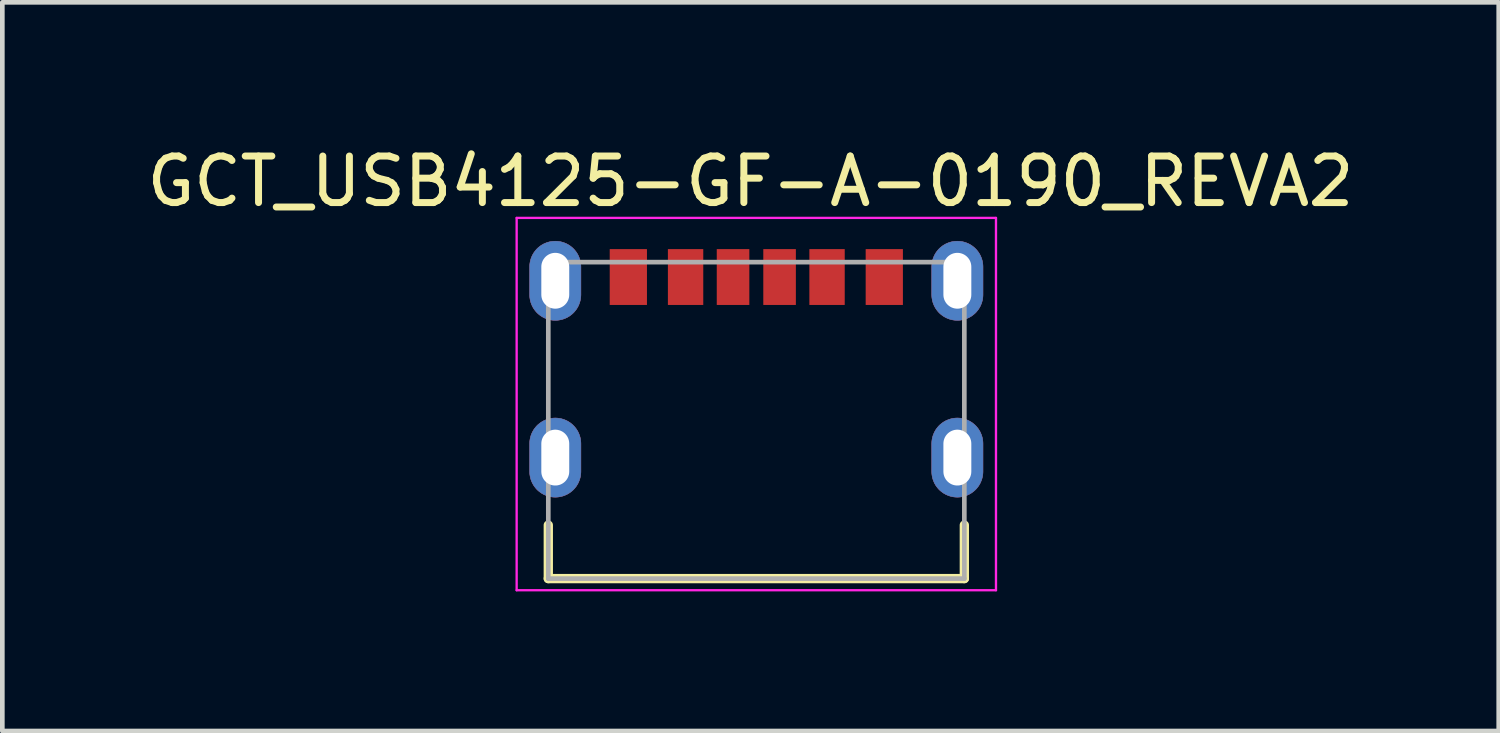
<source format=kicad_pcb>
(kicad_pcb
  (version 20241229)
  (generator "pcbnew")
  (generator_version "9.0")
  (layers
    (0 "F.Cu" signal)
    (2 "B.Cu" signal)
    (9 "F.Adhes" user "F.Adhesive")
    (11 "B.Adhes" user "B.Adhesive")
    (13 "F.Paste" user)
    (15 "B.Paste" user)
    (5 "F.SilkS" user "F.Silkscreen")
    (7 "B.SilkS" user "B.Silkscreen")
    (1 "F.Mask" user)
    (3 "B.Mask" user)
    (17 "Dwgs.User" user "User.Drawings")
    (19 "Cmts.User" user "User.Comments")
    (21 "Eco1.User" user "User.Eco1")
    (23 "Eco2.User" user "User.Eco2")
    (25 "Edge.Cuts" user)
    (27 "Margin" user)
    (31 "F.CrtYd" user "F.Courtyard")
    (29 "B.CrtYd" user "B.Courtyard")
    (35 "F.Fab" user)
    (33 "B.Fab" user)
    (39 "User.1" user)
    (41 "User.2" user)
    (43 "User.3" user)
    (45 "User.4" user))
  (footprint "GCT_USB4125-GF-A-0190_REVA2"
    (layer "F.Cu")
    (at 13.202 5.983)
    (property "Reference" "GCT_USB4125-GF-A-0190_REVA2" (at -0.125 -5.135 0) (layer "F.SilkS") (effects (font (size 1 1) (thickness 0.15))))
    (attr smd)
    (fp_poly (pts (xy -4.32 -3.85) (xy -4.349 -3.849) (xy -4.377 -3.847) (xy -4.406 -3.843) (xy -4.434 -3.838) (xy -4.462 -3.831) (xy -4.49 -3.823) (xy -4.517 -3.813) (xy -4.544 -3.802) (xy -4.57 -3.79) (xy -4.595 -3.776) (xy -4.62 -3.761) (xy -4.643 -3.745) (xy -4.666 -3.727) (xy -4.688 -3.709) (xy -4.709 -3.689) (xy -4.729 -3.668) (xy -4.747 -3.646) (xy -4.765 -3.623) (xy -4.781 -3.6) (xy -4.796 -3.575) (xy -4.81 -3.55) (xy -4.822 -3.524) (xy -4.833 -3.497) (xy -4.843 -3.47) (xy -4.851 -3.442) (xy -4.858 -3.414) (xy -4.863 -3.386) (xy -4.867 -3.357) (xy -4.869 -3.329) (xy -4.87 -3.3) (xy -4.87 -2.7) (xy -4.869 -2.671) (xy -4.867 -2.643) (xy -4.863 -2.614) (xy -4.858 -2.586) (xy -4.851 -2.558) (xy -4.843 -2.53) (xy -4.833 -2.503) (xy -4.822 -2.476) (xy -4.81 -2.45) (xy -4.796 -2.425) (xy -4.781 -2.4) (xy -4.765 -2.377) (xy -4.747 -2.354) (xy -4.729 -2.332) (xy -4.709 -2.311) (xy -4.688 -2.291) (xy -4.666 -2.273) (xy -4.643 -2.255) (xy -4.62 -2.239) (xy -4.595 -2.224) (xy -4.57 -2.21) (xy -4.544 -2.198) (xy -4.517 -2.187) (xy -4.49 -2.177) (xy -4.462 -2.169) (xy -4.434 -2.162) (xy -4.406 -2.157) (xy -4.377 -2.153) (xy -4.349 -2.151) (xy -4.32 -2.15) (xy -4.291 -2.151) (xy -4.263 -2.153) (xy -4.234 -2.157) (xy -4.206 -2.162) (xy -4.178 -2.169) (xy -4.15 -2.177) (xy -4.123 -2.187) (xy -4.096 -2.198) (xy -4.07 -2.21) (xy -4.045 -2.224) (xy -4.02 -2.239) (xy -3.997 -2.255) (xy -3.974 -2.273) (xy -3.952 -2.291) (xy -3.931 -2.311) (xy -3.911 -2.332) (xy -3.893 -2.354) (xy -3.875 -2.377) (xy -3.859 -2.4) (xy -3.844 -2.425) (xy -3.83 -2.45) (xy -3.818 -2.476) (xy -3.807 -2.503) (xy -3.797 -2.53) (xy -3.789 -2.558) (xy -3.782 -2.586) (xy -3.777 -2.614) (xy -3.773 -2.643) (xy -3.771 -2.671) (xy -3.77 -2.7) (xy -3.77 -3.3) (xy -3.771 -3.329) (xy -3.773 -3.357) (xy -3.777 -3.386) (xy -3.782 -3.414) (xy -3.789 -3.442) (xy -3.797 -3.47) (xy -3.807 -3.497) (xy -3.818 -3.524) (xy -3.83 -3.55) (xy -3.844 -3.575) (xy -3.859 -3.6) (xy -3.875 -3.623) (xy -3.893 -3.646) (xy -3.911 -3.668) (xy -3.931 -3.689) (xy -3.952 -3.709) (xy -3.974 -3.727) (xy -3.997 -3.745) (xy -4.02 -3.761) (xy -4.045 -3.776) (xy -4.07 -3.79) (xy -4.096 -3.802) (xy -4.123 -3.813) (xy -4.15 -3.823) (xy -4.178 -3.831) (xy -4.206 -3.838) (xy -4.234 -3.843) (xy -4.263 -3.847) (xy -4.291 -3.849) (xy -4.32 -3.85)) (stroke (width 0.01) (type solid)) (fill yes) (layer "F.Cu"))
    (fp_poly (pts (xy -4.32 -0.05) (xy -4.349 -0.049) (xy -4.377 -0.047) (xy -4.406 -0.043) (xy -4.434 -0.038) (xy -4.462 -0.031) (xy -4.49 -0.023) (xy -4.517 -0.013) (xy -4.544 -0.002) (xy -4.57 0.01) (xy -4.595 0.024) (xy -4.62 0.039) (xy -4.643 0.055) (xy -4.666 0.073) (xy -4.688 0.091) (xy -4.709 0.111) (xy -4.729 0.132) (xy -4.747 0.154) (xy -4.765 0.177) (xy -4.781 0.2) (xy -4.796 0.225) (xy -4.81 0.25) (xy -4.822 0.276) (xy -4.833 0.303) (xy -4.843 0.33) (xy -4.851 0.358) (xy -4.858 0.386) (xy -4.863 0.414) (xy -4.867 0.443) (xy -4.869 0.471) (xy -4.87 0.5) (xy -4.87 1.1) (xy -4.869 1.129) (xy -4.867 1.157) (xy -4.863 1.186) (xy -4.858 1.214) (xy -4.851 1.242) (xy -4.843 1.27) (xy -4.833 1.297) (xy -4.822 1.324) (xy -4.81 1.35) (xy -4.796 1.375) (xy -4.781 1.4) (xy -4.765 1.423) (xy -4.747 1.446) (xy -4.729 1.468) (xy -4.709 1.489) (xy -4.688 1.509) (xy -4.666 1.527) (xy -4.643 1.545) (xy -4.62 1.561) (xy -4.595 1.576) (xy -4.57 1.59) (xy -4.544 1.602) (xy -4.517 1.613) (xy -4.49 1.623) (xy -4.462 1.631) (xy -4.434 1.638) (xy -4.406 1.643) (xy -4.377 1.647) (xy -4.349 1.649) (xy -4.32 1.65) (xy -4.291 1.649) (xy -4.263 1.647) (xy -4.234 1.643) (xy -4.206 1.638) (xy -4.178 1.631) (xy -4.15 1.623) (xy -4.123 1.613) (xy -4.096 1.602) (xy -4.07 1.59) (xy -4.045 1.576) (xy -4.02 1.561) (xy -3.997 1.545) (xy -3.974 1.527) (xy -3.952 1.509) (xy -3.931 1.489) (xy -3.911 1.468) (xy -3.893 1.446) (xy -3.875 1.423) (xy -3.859 1.4) (xy -3.844 1.375) (xy -3.83 1.35) (xy -3.818 1.324) (xy -3.807 1.297) (xy -3.797 1.27) (xy -3.789 1.242) (xy -3.782 1.214) (xy -3.777 1.186) (xy -3.773 1.157) (xy -3.771 1.129) (xy -3.77 1.1) (xy -3.77 0.5) (xy -3.771 0.471) (xy -3.773 0.443) (xy -3.777 0.414) (xy -3.782 0.386) (xy -3.789 0.358) (xy -3.797 0.33) (xy -3.807 0.303) (xy -3.818 0.276) (xy -3.83 0.25) (xy -3.844 0.225) (xy -3.859 0.2) (xy -3.875 0.177) (xy -3.893 0.154) (xy -3.911 0.132) (xy -3.931 0.111) (xy -3.952 0.091) (xy -3.974 0.073) (xy -3.997 0.055) (xy -4.02 0.039) (xy -4.045 0.024) (xy -4.07 0.01) (xy -4.096 -0.002) (xy -4.123 -0.013) (xy -4.15 -0.023) (xy -4.178 -0.031) (xy -4.206 -0.038) (xy -4.234 -0.043) (xy -4.263 -0.047) (xy -4.291 -0.049) (xy -4.32 -0.05)) (stroke (width 0.01) (type solid)) (fill yes) (layer "F.Cu"))
    (fp_poly (pts (xy 4.32 -3.85) (xy 4.291 -3.849) (xy 4.263 -3.847) (xy 4.234 -3.843) (xy 4.206 -3.838) (xy 4.178 -3.831) (xy 4.15 -3.823) (xy 4.123 -3.813) (xy 4.096 -3.802) (xy 4.07 -3.79) (xy 4.045 -3.776) (xy 4.02 -3.761) (xy 3.997 -3.745) (xy 3.974 -3.727) (xy 3.952 -3.709) (xy 3.931 -3.689) (xy 3.911 -3.668) (xy 3.893 -3.646) (xy 3.875 -3.623) (xy 3.859 -3.6) (xy 3.844 -3.575) (xy 3.83 -3.55) (xy 3.818 -3.524) (xy 3.807 -3.497) (xy 3.797 -3.47) (xy 3.789 -3.442) (xy 3.782 -3.414) (xy 3.777 -3.386) (xy 3.773 -3.357) (xy 3.771 -3.329) (xy 3.77 -3.3) (xy 3.77 -2.7) (xy 3.771 -2.671) (xy 3.773 -2.643) (xy 3.777 -2.614) (xy 3.782 -2.586) (xy 3.789 -2.558) (xy 3.797 -2.53) (xy 3.807 -2.503) (xy 3.818 -2.476) (xy 3.83 -2.45) (xy 3.844 -2.425) (xy 3.859 -2.4) (xy 3.875 -2.377) (xy 3.893 -2.354) (xy 3.911 -2.332) (xy 3.931 -2.311) (xy 3.952 -2.291) (xy 3.974 -2.273) (xy 3.997 -2.255) (xy 4.02 -2.239) (xy 4.045 -2.224) (xy 4.07 -2.21) (xy 4.096 -2.198) (xy 4.123 -2.187) (xy 4.15 -2.177) (xy 4.178 -2.169) (xy 4.206 -2.162) (xy 4.234 -2.157) (xy 4.263 -2.153) (xy 4.291 -2.151) (xy 4.32 -2.15) (xy 4.349 -2.151) (xy 4.377 -2.153) (xy 4.406 -2.157) (xy 4.434 -2.162) (xy 4.462 -2.169) (xy 4.49 -2.177) (xy 4.517 -2.187) (xy 4.544 -2.198) (xy 4.57 -2.21) (xy 4.595 -2.224) (xy 4.62 -2.239) (xy 4.643 -2.255) (xy 4.666 -2.273) (xy 4.688 -2.291) (xy 4.709 -2.311) (xy 4.729 -2.332) (xy 4.747 -2.354) (xy 4.765 -2.377) (xy 4.781 -2.4) (xy 4.796 -2.425) (xy 4.81 -2.45) (xy 4.822 -2.476) (xy 4.833 -2.503) (xy 4.843 -2.53) (xy 4.851 -2.558) (xy 4.858 -2.586) (xy 4.863 -2.614) (xy 4.867 -2.643) (xy 4.869 -2.671) (xy 4.87 -2.7) (xy 4.87 -3.3) (xy 4.869 -3.329) (xy 4.867 -3.357) (xy 4.863 -3.386) (xy 4.858 -3.414) (xy 4.851 -3.442) (xy 4.843 -3.47) (xy 4.833 -3.497) (xy 4.822 -3.524) (xy 4.81 -3.55) (xy 4.796 -3.575) (xy 4.781 -3.6) (xy 4.765 -3.623) (xy 4.747 -3.646) (xy 4.729 -3.668) (xy 4.709 -3.689) (xy 4.688 -3.709) (xy 4.666 -3.727) (xy 4.643 -3.745) (xy 4.62 -3.761) (xy 4.595 -3.776) (xy 4.57 -3.79) (xy 4.544 -3.802) (xy 4.517 -3.813) (xy 4.49 -3.823) (xy 4.462 -3.831) (xy 4.434 -3.838) (xy 4.406 -3.843) (xy 4.377 -3.847) (xy 4.349 -3.849) (xy 4.32 -3.85)) (stroke (width 0.01) (type solid)) (fill yes) (layer "F.Cu"))
    (fp_poly (pts (xy 4.32 -0.05) (xy 4.291 -0.049) (xy 4.263 -0.047) (xy 4.234 -0.043) (xy 4.206 -0.038) (xy 4.178 -0.031) (xy 4.15 -0.023) (xy 4.123 -0.013) (xy 4.096 -0.002) (xy 4.07 0.01) (xy 4.045 0.024) (xy 4.02 0.039) (xy 3.997 0.055) (xy 3.974 0.073) (xy 3.952 0.091) (xy 3.931 0.111) (xy 3.911 0.132) (xy 3.893 0.154) (xy 3.875 0.177) (xy 3.859 0.2) (xy 3.844 0.225) (xy 3.83 0.25) (xy 3.818 0.276) (xy 3.807 0.303) (xy 3.797 0.33) (xy 3.789 0.358) (xy 3.782 0.386) (xy 3.777 0.414) (xy 3.773 0.443) (xy 3.771 0.471) (xy 3.77 0.5) (xy 3.77 1.1) (xy 3.771 1.129) (xy 3.773 1.157) (xy 3.777 1.186) (xy 3.782 1.214) (xy 3.789 1.242) (xy 3.797 1.27) (xy 3.807 1.297) (xy 3.818 1.324) (xy 3.83 1.35) (xy 3.844 1.375) (xy 3.859 1.4) (xy 3.875 1.423) (xy 3.893 1.446) (xy 3.911 1.468) (xy 3.931 1.489) (xy 3.952 1.509) (xy 3.974 1.527) (xy 3.997 1.545) (xy 4.02 1.561) (xy 4.045 1.576) (xy 4.07 1.59) (xy 4.096 1.602) (xy 4.123 1.613) (xy 4.15 1.623) (xy 4.178 1.631) (xy 4.206 1.638) (xy 4.234 1.643) (xy 4.263 1.647) (xy 4.291 1.649) (xy 4.32 1.65) (xy 4.349 1.649) (xy 4.377 1.647) (xy 4.406 1.643) (xy 4.434 1.638) (xy 4.462 1.631) (xy 4.49 1.623) (xy 4.517 1.613) (xy 4.544 1.602) (xy 4.57 1.59) (xy 4.595 1.576) (xy 4.62 1.561) (xy 4.643 1.545) (xy 4.666 1.527) (xy 4.688 1.509) (xy 4.709 1.489) (xy 4.729 1.468) (xy 4.747 1.446) (xy 4.765 1.423) (xy 4.781 1.4) (xy 4.796 1.375) (xy 4.81 1.35) (xy 4.822 1.324) (xy 4.833 1.297) (xy 4.843 1.27) (xy 4.851 1.242) (xy 4.858 1.214) (xy 4.863 1.186) (xy 4.867 1.157) (xy 4.869 1.129) (xy 4.87 1.1) (xy 4.87 0.5) (xy 4.869 0.471) (xy 4.867 0.443) (xy 4.863 0.414) (xy 4.858 0.386) (xy 4.851 0.358) (xy 4.843 0.33) (xy 4.833 0.303) (xy 4.822 0.276) (xy 4.81 0.25) (xy 4.796 0.225) (xy 4.781 0.2) (xy 4.765 0.177) (xy 4.747 0.154) (xy 4.729 0.132) (xy 4.709 0.111) (xy 4.688 0.091) (xy 4.666 0.073) (xy 4.643 0.055) (xy 4.62 0.039) (xy 4.595 0.024) (xy 4.57 0.01) (xy 4.544 -0.002) (xy 4.517 -0.013) (xy 4.49 -0.023) (xy 4.462 -0.031) (xy 4.434 -0.038) (xy 4.406 -0.043) (xy 4.377 -0.047) (xy 4.349 -0.049) (xy 4.32 -0.05)) (stroke (width 0.01) (type solid)) (fill yes) (layer "F.Cu"))
    (fp_poly (pts (xy -4.32 -3.95) (xy -4.354 -3.949) (xy -4.388 -3.946) (xy -4.422 -3.942) (xy -4.455 -3.936) (xy -4.488 -3.928) (xy -4.521 -3.918) (xy -4.553 -3.907) (xy -4.584 -3.894) (xy -4.615 -3.879) (xy -4.645 -3.863) (xy -4.674 -3.845) (xy -4.702 -3.826) (xy -4.729 -3.805) (xy -4.755 -3.783) (xy -4.78 -3.76) (xy -4.803 -3.735) (xy -4.825 -3.709) (xy -4.846 -3.682) (xy -4.865 -3.654) (xy -4.883 -3.625) (xy -4.899 -3.595) (xy -4.914 -3.564) (xy -4.927 -3.533) (xy -4.938 -3.501) (xy -4.948 -3.468) (xy -4.956 -3.435) (xy -4.962 -3.402) (xy -4.966 -3.368) (xy -4.969 -3.334) (xy -4.97 -3.3) (xy -4.97 -2.7) (xy -4.969 -2.666) (xy -4.966 -2.632) (xy -4.962 -2.598) (xy -4.956 -2.565) (xy -4.948 -2.532) (xy -4.938 -2.499) (xy -4.927 -2.467) (xy -4.914 -2.436) (xy -4.899 -2.405) (xy -4.883 -2.375) (xy -4.865 -2.346) (xy -4.846 -2.318) (xy -4.825 -2.291) (xy -4.803 -2.265) (xy -4.78 -2.24) (xy -4.755 -2.217) (xy -4.729 -2.195) (xy -4.702 -2.174) (xy -4.674 -2.155) (xy -4.645 -2.137) (xy -4.615 -2.121) (xy -4.584 -2.106) (xy -4.553 -2.093) (xy -4.521 -2.082) (xy -4.488 -2.072) (xy -4.455 -2.064) (xy -4.422 -2.058) (xy -4.388 -2.054) (xy -4.354 -2.051) (xy -4.32 -2.05) (xy -4.286 -2.051) (xy -4.252 -2.054) (xy -4.218 -2.058) (xy -4.185 -2.064) (xy -4.152 -2.072) (xy -4.119 -2.082) (xy -4.087 -2.093) (xy -4.056 -2.106) (xy -4.025 -2.121) (xy -3.995 -2.137) (xy -3.966 -2.155) (xy -3.938 -2.174) (xy -3.911 -2.195) (xy -3.885 -2.217) (xy -3.86 -2.24) (xy -3.837 -2.265) (xy -3.815 -2.291) (xy -3.794 -2.318) (xy -3.775 -2.346) (xy -3.757 -2.375) (xy -3.741 -2.405) (xy -3.726 -2.436) (xy -3.713 -2.467) (xy -3.702 -2.499) (xy -3.692 -2.532) (xy -3.684 -2.565) (xy -3.678 -2.598) (xy -3.674 -2.632) (xy -3.671 -2.666) (xy -3.67 -2.7) (xy -3.67 -3.3) (xy -3.671 -3.334) (xy -3.674 -3.368) (xy -3.678 -3.402) (xy -3.684 -3.435) (xy -3.692 -3.468) (xy -3.702 -3.501) (xy -3.713 -3.533) (xy -3.726 -3.564) (xy -3.741 -3.595) (xy -3.757 -3.625) (xy -3.775 -3.654) (xy -3.794 -3.682) (xy -3.815 -3.709) (xy -3.837 -3.735) (xy -3.86 -3.76) (xy -3.885 -3.783) (xy -3.911 -3.805) (xy -3.938 -3.826) (xy -3.966 -3.845) (xy -3.995 -3.863) (xy -4.025 -3.879) (xy -4.056 -3.894) (xy -4.087 -3.907) (xy -4.119 -3.918) (xy -4.152 -3.928) (xy -4.185 -3.936) (xy -4.218 -3.942) (xy -4.252 -3.946) (xy -4.286 -3.949) (xy -4.32 -3.95)) (stroke (width 0.01) (type solid)) (fill yes) (layer "F.Mask"))
    (fp_poly (pts (xy -4.32 -0.15) (xy -4.354 -0.149) (xy -4.388 -0.146) (xy -4.422 -0.142) (xy -4.455 -0.136) (xy -4.488 -0.128) (xy -4.521 -0.118) (xy -4.553 -0.107) (xy -4.584 -0.094) (xy -4.615 -0.079) (xy -4.645 -0.063) (xy -4.674 -0.045) (xy -4.702 -0.026) (xy -4.729 -0.005) (xy -4.755 0.017) (xy -4.78 0.04) (xy -4.803 0.065) (xy -4.825 0.091) (xy -4.846 0.118) (xy -4.865 0.146) (xy -4.883 0.175) (xy -4.899 0.205) (xy -4.914 0.236) (xy -4.927 0.267) (xy -4.938 0.299) (xy -4.948 0.332) (xy -4.956 0.365) (xy -4.962 0.398) (xy -4.966 0.432) (xy -4.969 0.466) (xy -4.97 0.5) (xy -4.97 1.1) (xy -4.969 1.134) (xy -4.966 1.168) (xy -4.962 1.202) (xy -4.956 1.235) (xy -4.948 1.268) (xy -4.938 1.301) (xy -4.927 1.333) (xy -4.914 1.364) (xy -4.899 1.395) (xy -4.883 1.425) (xy -4.865 1.454) (xy -4.846 1.482) (xy -4.825 1.509) (xy -4.803 1.535) (xy -4.78 1.56) (xy -4.755 1.583) (xy -4.729 1.605) (xy -4.702 1.626) (xy -4.674 1.645) (xy -4.645 1.663) (xy -4.615 1.679) (xy -4.584 1.694) (xy -4.553 1.707) (xy -4.521 1.718) (xy -4.488 1.728) (xy -4.455 1.736) (xy -4.422 1.742) (xy -4.388 1.746) (xy -4.354 1.749) (xy -4.32 1.75) (xy -4.286 1.749) (xy -4.252 1.746) (xy -4.218 1.742) (xy -4.185 1.736) (xy -4.152 1.728) (xy -4.119 1.718) (xy -4.087 1.707) (xy -4.056 1.694) (xy -4.025 1.679) (xy -3.995 1.663) (xy -3.966 1.645) (xy -3.938 1.626) (xy -3.911 1.605) (xy -3.885 1.583) (xy -3.86 1.56) (xy -3.837 1.535) (xy -3.815 1.509) (xy -3.794 1.482) (xy -3.775 1.454) (xy -3.757 1.425) (xy -3.741 1.395) (xy -3.726 1.364) (xy -3.713 1.333) (xy -3.702 1.301) (xy -3.692 1.268) (xy -3.684 1.235) (xy -3.678 1.202) (xy -3.674 1.168) (xy -3.671 1.134) (xy -3.67 1.1) (xy -3.67 0.5) (xy -3.671 0.466) (xy -3.674 0.432) (xy -3.678 0.398) (xy -3.684 0.365) (xy -3.692 0.332) (xy -3.702 0.299) (xy -3.713 0.267) (xy -3.726 0.236) (xy -3.741 0.205) (xy -3.757 0.175) (xy -3.775 0.146) (xy -3.794 0.118) (xy -3.815 0.091) (xy -3.837 0.065) (xy -3.86 0.04) (xy -3.885 0.017) (xy -3.911 -0.005) (xy -3.938 -0.026) (xy -3.966 -0.045) (xy -3.995 -0.063) (xy -4.025 -0.079) (xy -4.056 -0.094) (xy -4.087 -0.107) (xy -4.119 -0.118) (xy -4.152 -0.128) (xy -4.185 -0.136) (xy -4.218 -0.142) (xy -4.252 -0.146) (xy -4.286 -0.149) (xy -4.32 -0.15)) (stroke (width 0.01) (type solid)) (fill yes) (layer "F.Mask"))
    (fp_poly (pts (xy 4.32 -3.95) (xy 4.286 -3.949) (xy 4.252 -3.946) (xy 4.218 -3.942) (xy 4.185 -3.936) (xy 4.152 -3.928) (xy 4.119 -3.918) (xy 4.087 -3.907) (xy 4.056 -3.894) (xy 4.025 -3.879) (xy 3.995 -3.863) (xy 3.966 -3.845) (xy 3.938 -3.826) (xy 3.911 -3.805) (xy 3.885 -3.783) (xy 3.86 -3.76) (xy 3.837 -3.735) (xy 3.815 -3.709) (xy 3.794 -3.682) (xy 3.775 -3.654) (xy 3.757 -3.625) (xy 3.741 -3.595) (xy 3.726 -3.564) (xy 3.713 -3.533) (xy 3.702 -3.501) (xy 3.692 -3.468) (xy 3.684 -3.435) (xy 3.678 -3.402) (xy 3.674 -3.368) (xy 3.671 -3.334) (xy 3.67 -3.3) (xy 3.67 -2.7) (xy 3.671 -2.666) (xy 3.674 -2.632) (xy 3.678 -2.598) (xy 3.684 -2.565) (xy 3.692 -2.532) (xy 3.702 -2.499) (xy 3.713 -2.467) (xy 3.726 -2.436) (xy 3.741 -2.405) (xy 3.757 -2.375) (xy 3.775 -2.346) (xy 3.794 -2.318) (xy 3.815 -2.291) (xy 3.837 -2.265) (xy 3.86 -2.24) (xy 3.885 -2.217) (xy 3.911 -2.195) (xy 3.938 -2.174) (xy 3.966 -2.155) (xy 3.995 -2.137) (xy 4.025 -2.121) (xy 4.056 -2.106) (xy 4.087 -2.093) (xy 4.119 -2.082) (xy 4.152 -2.072) (xy 4.185 -2.064) (xy 4.218 -2.058) (xy 4.252 -2.054) (xy 4.286 -2.051) (xy 4.32 -2.05) (xy 4.354 -2.051) (xy 4.388 -2.054) (xy 4.422 -2.058) (xy 4.455 -2.064) (xy 4.488 -2.072) (xy 4.521 -2.082) (xy 4.553 -2.093) (xy 4.584 -2.106) (xy 4.615 -2.121) (xy 4.645 -2.137) (xy 4.674 -2.155) (xy 4.702 -2.174) (xy 4.729 -2.195) (xy 4.755 -2.217) (xy 4.78 -2.24) (xy 4.803 -2.265) (xy 4.825 -2.291) (xy 4.846 -2.318) (xy 4.865 -2.346) (xy 4.883 -2.375) (xy 4.899 -2.405) (xy 4.914 -2.436) (xy 4.927 -2.467) (xy 4.938 -2.499) (xy 4.948 -2.532) (xy 4.956 -2.565) (xy 4.962 -2.598) (xy 4.966 -2.632) (xy 4.969 -2.666) (xy 4.97 -2.7) (xy 4.97 -3.3) (xy 4.969 -3.334) (xy 4.966 -3.368) (xy 4.962 -3.402) (xy 4.956 -3.435) (xy 4.948 -3.468) (xy 4.938 -3.501) (xy 4.927 -3.533) (xy 4.914 -3.564) (xy 4.899 -3.595) (xy 4.883 -3.625) (xy 4.865 -3.654) (xy 4.846 -3.682) (xy 4.825 -3.709) (xy 4.803 -3.735) (xy 4.78 -3.76) (xy 4.755 -3.783) (xy 4.729 -3.805) (xy 4.702 -3.826) (xy 4.674 -3.845) (xy 4.645 -3.863) (xy 4.615 -3.879) (xy 4.584 -3.894) (xy 4.553 -3.907) (xy 4.521 -3.918) (xy 4.488 -3.928) (xy 4.455 -3.936) (xy 4.422 -3.942) (xy 4.388 -3.946) (xy 4.354 -3.949) (xy 4.32 -3.95)) (stroke (width 0.01) (type solid)) (fill yes) (layer "F.Mask"))
    (fp_poly (pts (xy 4.32 -0.15) (xy 4.286 -0.149) (xy 4.252 -0.146) (xy 4.218 -0.142) (xy 4.185 -0.136) (xy 4.152 -0.128) (xy 4.119 -0.118) (xy 4.087 -0.107) (xy 4.056 -0.094) (xy 4.025 -0.079) (xy 3.995 -0.063) (xy 3.966 -0.045) (xy 3.938 -0.026) (xy 3.911 -0.005) (xy 3.885 0.017) (xy 3.86 0.04) (xy 3.837 0.065) (xy 3.815 0.091) (xy 3.794 0.118) (xy 3.775 0.146) (xy 3.757 0.175) (xy 3.741 0.205) (xy 3.726 0.236) (xy 3.713 0.267) (xy 3.702 0.299) (xy 3.692 0.332) (xy 3.684 0.365) (xy 3.678 0.398) (xy 3.674 0.432) (xy 3.671 0.466) (xy 3.67 0.5) (xy 3.67 1.1) (xy 3.671 1.134) (xy 3.674 1.168) (xy 3.678 1.202) (xy 3.684 1.235) (xy 3.692 1.268) (xy 3.702 1.301) (xy 3.713 1.333) (xy 3.726 1.364) (xy 3.741 1.395) (xy 3.757 1.425) (xy 3.775 1.454) (xy 3.794 1.482) (xy 3.815 1.509) (xy 3.837 1.535) (xy 3.86 1.56) (xy 3.885 1.583) (xy 3.911 1.605) (xy 3.938 1.626) (xy 3.966 1.645) (xy 3.995 1.663) (xy 4.025 1.679) (xy 4.056 1.694) (xy 4.087 1.707) (xy 4.119 1.718) (xy 4.152 1.728) (xy 4.185 1.736) (xy 4.218 1.742) (xy 4.252 1.746) (xy 4.286 1.749) (xy 4.32 1.75) (xy 4.354 1.749) (xy 4.388 1.746) (xy 4.422 1.742) (xy 4.455 1.736) (xy 4.488 1.728) (xy 4.521 1.718) (xy 4.553 1.707) (xy 4.584 1.694) (xy 4.615 1.679) (xy 4.645 1.663) (xy 4.674 1.645) (xy 4.702 1.626) (xy 4.729 1.605) (xy 4.755 1.583) (xy 4.78 1.56) (xy 4.803 1.535) (xy 4.825 1.509) (xy 4.846 1.482) (xy 4.865 1.454) (xy 4.883 1.425) (xy 4.899 1.395) (xy 4.914 1.364) (xy 4.927 1.333) (xy 4.938 1.301) (xy 4.948 1.268) (xy 4.956 1.235) (xy 4.962 1.202) (xy 4.966 1.168) (xy 4.969 1.134) (xy 4.97 1.1) (xy 4.97 0.5) (xy 4.969 0.466) (xy 4.966 0.432) (xy 4.962 0.398) (xy 4.956 0.365) (xy 4.948 0.332) (xy 4.938 0.299) (xy 4.927 0.267) (xy 4.914 0.236) (xy 4.899 0.205) (xy 4.883 0.175) (xy 4.865 0.146) (xy 4.846 0.118) (xy 4.825 0.091) (xy 4.803 0.065) (xy 4.78 0.04) (xy 4.755 0.017) (xy 4.729 -0.005) (xy 4.702 -0.026) (xy 4.674 -0.045) (xy 4.645 -0.063) (xy 4.615 -0.079) (xy 4.584 -0.094) (xy 4.553 -0.107) (xy 4.521 -0.118) (xy 4.488 -0.128) (xy 4.455 -0.136) (xy 4.422 -0.142) (xy 4.388 -0.146) (xy 4.354 -0.149) (xy 4.32 -0.15)) (stroke (width 0.01) (type solid)) (fill yes) (layer "F.Mask"))
    (fp_poly (pts (xy -4.32 -3.85) (xy -4.349 -3.849) (xy -4.377 -3.847) (xy -4.406 -3.843) (xy -4.434 -3.838) (xy -4.462 -3.831) (xy -4.49 -3.823) (xy -4.517 -3.813) (xy -4.544 -3.802) (xy -4.57 -3.79) (xy -4.595 -3.776) (xy -4.62 -3.761) (xy -4.643 -3.745) (xy -4.666 -3.727) (xy -4.688 -3.709) (xy -4.709 -3.689) (xy -4.729 -3.668) (xy -4.747 -3.646) (xy -4.765 -3.623) (xy -4.781 -3.6) (xy -4.796 -3.575) (xy -4.81 -3.55) (xy -4.822 -3.524) (xy -4.833 -3.497) (xy -4.843 -3.47) (xy -4.851 -3.442) (xy -4.858 -3.414) (xy -4.863 -3.386) (xy -4.867 -3.357) (xy -4.869 -3.329) (xy -4.87 -3.3) (xy -4.87 -2.7) (xy -4.869 -2.671) (xy -4.867 -2.643) (xy -4.863 -2.614) (xy -4.858 -2.586) (xy -4.851 -2.558) (xy -4.843 -2.53) (xy -4.833 -2.503) (xy -4.822 -2.476) (xy -4.81 -2.45) (xy -4.796 -2.425) (xy -4.781 -2.4) (xy -4.765 -2.377) (xy -4.747 -2.354) (xy -4.729 -2.332) (xy -4.709 -2.311) (xy -4.688 -2.291) (xy -4.666 -2.273) (xy -4.643 -2.255) (xy -4.62 -2.239) (xy -4.595 -2.224) (xy -4.57 -2.21) (xy -4.544 -2.198) (xy -4.517 -2.187) (xy -4.49 -2.177) (xy -4.462 -2.169) (xy -4.434 -2.162) (xy -4.406 -2.157) (xy -4.377 -2.153) (xy -4.349 -2.151) (xy -4.32 -2.15) (xy -4.291 -2.151) (xy -4.263 -2.153) (xy -4.234 -2.157) (xy -4.206 -2.162) (xy -4.178 -2.169) (xy -4.15 -2.177) (xy -4.123 -2.187) (xy -4.096 -2.198) (xy -4.07 -2.21) (xy -4.045 -2.224) (xy -4.02 -2.239) (xy -3.997 -2.255) (xy -3.974 -2.273) (xy -3.952 -2.291) (xy -3.931 -2.311) (xy -3.911 -2.332) (xy -3.893 -2.354) (xy -3.875 -2.377) (xy -3.859 -2.4) (xy -3.844 -2.425) (xy -3.83 -2.45) (xy -3.818 -2.476) (xy -3.807 -2.503) (xy -3.797 -2.53) (xy -3.789 -2.558) (xy -3.782 -2.586) (xy -3.777 -2.614) (xy -3.773 -2.643) (xy -3.771 -2.671) (xy -3.77 -2.7) (xy -3.77 -3.3) (xy -3.771 -3.329) (xy -3.773 -3.357) (xy -3.777 -3.386) (xy -3.782 -3.414) (xy -3.789 -3.442) (xy -3.797 -3.47) (xy -3.807 -3.497) (xy -3.818 -3.524) (xy -3.83 -3.55) (xy -3.844 -3.575) (xy -3.859 -3.6) (xy -3.875 -3.623) (xy -3.893 -3.646) (xy -3.911 -3.668) (xy -3.931 -3.689) (xy -3.952 -3.709) (xy -3.974 -3.727) (xy -3.997 -3.745) (xy -4.02 -3.761) (xy -4.045 -3.776) (xy -4.07 -3.79) (xy -4.096 -3.802) (xy -4.123 -3.813) (xy -4.15 -3.823) (xy -4.178 -3.831) (xy -4.206 -3.838) (xy -4.234 -3.843) (xy -4.263 -3.847) (xy -4.291 -3.849) (xy -4.32 -3.85)) (stroke (width 0.01) (type solid)) (fill yes) (layer "B.Cu"))
    (fp_poly (pts (xy -4.32 -0.05) (xy -4.349 -0.049) (xy -4.377 -0.047) (xy -4.406 -0.043) (xy -4.434 -0.038) (xy -4.462 -0.031) (xy -4.49 -0.023) (xy -4.517 -0.013) (xy -4.544 -0.002) (xy -4.57 0.01) (xy -4.595 0.024) (xy -4.62 0.039) (xy -4.643 0.055) (xy -4.666 0.073) (xy -4.688 0.091) (xy -4.709 0.111) (xy -4.729 0.132) (xy -4.747 0.154) (xy -4.765 0.177) (xy -4.781 0.2) (xy -4.796 0.225) (xy -4.81 0.25) (xy -4.822 0.276) (xy -4.833 0.303) (xy -4.843 0.33) (xy -4.851 0.358) (xy -4.858 0.386) (xy -4.863 0.414) (xy -4.867 0.443) (xy -4.869 0.471) (xy -4.87 0.5) (xy -4.87 1.1) (xy -4.869 1.129) (xy -4.867 1.157) (xy -4.863 1.186) (xy -4.858 1.214) (xy -4.851 1.242) (xy -4.843 1.27) (xy -4.833 1.297) (xy -4.822 1.324) (xy -4.81 1.35) (xy -4.796 1.375) (xy -4.781 1.4) (xy -4.765 1.423) (xy -4.747 1.446) (xy -4.729 1.468) (xy -4.709 1.489) (xy -4.688 1.509) (xy -4.666 1.527) (xy -4.643 1.545) (xy -4.62 1.561) (xy -4.595 1.576) (xy -4.57 1.59) (xy -4.544 1.602) (xy -4.517 1.613) (xy -4.49 1.623) (xy -4.462 1.631) (xy -4.434 1.638) (xy -4.406 1.643) (xy -4.377 1.647) (xy -4.349 1.649) (xy -4.32 1.65) (xy -4.291 1.649) (xy -4.263 1.647) (xy -4.234 1.643) (xy -4.206 1.638) (xy -4.178 1.631) (xy -4.15 1.623) (xy -4.123 1.613) (xy -4.096 1.602) (xy -4.07 1.59) (xy -4.045 1.576) (xy -4.02 1.561) (xy -3.997 1.545) (xy -3.974 1.527) (xy -3.952 1.509) (xy -3.931 1.489) (xy -3.911 1.468) (xy -3.893 1.446) (xy -3.875 1.423) (xy -3.859 1.4) (xy -3.844 1.375) (xy -3.83 1.35) (xy -3.818 1.324) (xy -3.807 1.297) (xy -3.797 1.27) (xy -3.789 1.242) (xy -3.782 1.214) (xy -3.777 1.186) (xy -3.773 1.157) (xy -3.771 1.129) (xy -3.77 1.1) (xy -3.77 0.5) (xy -3.771 0.471) (xy -3.773 0.443) (xy -3.777 0.414) (xy -3.782 0.386) (xy -3.789 0.358) (xy -3.797 0.33) (xy -3.807 0.303) (xy -3.818 0.276) (xy -3.83 0.25) (xy -3.844 0.225) (xy -3.859 0.2) (xy -3.875 0.177) (xy -3.893 0.154) (xy -3.911 0.132) (xy -3.931 0.111) (xy -3.952 0.091) (xy -3.974 0.073) (xy -3.997 0.055) (xy -4.02 0.039) (xy -4.045 0.024) (xy -4.07 0.01) (xy -4.096 -0.002) (xy -4.123 -0.013) (xy -4.15 -0.023) (xy -4.178 -0.031) (xy -4.206 -0.038) (xy -4.234 -0.043) (xy -4.263 -0.047) (xy -4.291 -0.049) (xy -4.32 -0.05)) (stroke (width 0.01) (type solid)) (fill yes) (layer "B.Cu"))
    (fp_poly (pts (xy 4.32 -3.85) (xy 4.291 -3.849) (xy 4.263 -3.847) (xy 4.234 -3.843) (xy 4.206 -3.838) (xy 4.178 -3.831) (xy 4.15 -3.823) (xy 4.123 -3.813) (xy 4.096 -3.802) (xy 4.07 -3.79) (xy 4.045 -3.776) (xy 4.02 -3.761) (xy 3.997 -3.745) (xy 3.974 -3.727) (xy 3.952 -3.709) (xy 3.931 -3.689) (xy 3.911 -3.668) (xy 3.893 -3.646) (xy 3.875 -3.623) (xy 3.859 -3.6) (xy 3.844 -3.575) (xy 3.83 -3.55) (xy 3.818 -3.524) (xy 3.807 -3.497) (xy 3.797 -3.47) (xy 3.789 -3.442) (xy 3.782 -3.414) (xy 3.777 -3.386) (xy 3.773 -3.357) (xy 3.771 -3.329) (xy 3.77 -3.3) (xy 3.77 -2.7) (xy 3.771 -2.671) (xy 3.773 -2.643) (xy 3.777 -2.614) (xy 3.782 -2.586) (xy 3.789 -2.558) (xy 3.797 -2.53) (xy 3.807 -2.503) (xy 3.818 -2.476) (xy 3.83 -2.45) (xy 3.844 -2.425) (xy 3.859 -2.4) (xy 3.875 -2.377) (xy 3.893 -2.354) (xy 3.911 -2.332) (xy 3.931 -2.311) (xy 3.952 -2.291) (xy 3.974 -2.273) (xy 3.997 -2.255) (xy 4.02 -2.239) (xy 4.045 -2.224) (xy 4.07 -2.21) (xy 4.096 -2.198) (xy 4.123 -2.187) (xy 4.15 -2.177) (xy 4.178 -2.169) (xy 4.206 -2.162) (xy 4.234 -2.157) (xy 4.263 -2.153) (xy 4.291 -2.151) (xy 4.32 -2.15) (xy 4.349 -2.151) (xy 4.377 -2.153) (xy 4.406 -2.157) (xy 4.434 -2.162) (xy 4.462 -2.169) (xy 4.49 -2.177) (xy 4.517 -2.187) (xy 4.544 -2.198) (xy 4.57 -2.21) (xy 4.595 -2.224) (xy 4.62 -2.239) (xy 4.643 -2.255) (xy 4.666 -2.273) (xy 4.688 -2.291) (xy 4.709 -2.311) (xy 4.729 -2.332) (xy 4.747 -2.354) (xy 4.765 -2.377) (xy 4.781 -2.4) (xy 4.796 -2.425) (xy 4.81 -2.45) (xy 4.822 -2.476) (xy 4.833 -2.503) (xy 4.843 -2.53) (xy 4.851 -2.558) (xy 4.858 -2.586) (xy 4.863 -2.614) (xy 4.867 -2.643) (xy 4.869 -2.671) (xy 4.87 -2.7) (xy 4.87 -3.3) (xy 4.869 -3.329) (xy 4.867 -3.357) (xy 4.863 -3.386) (xy 4.858 -3.414) (xy 4.851 -3.442) (xy 4.843 -3.47) (xy 4.833 -3.497) (xy 4.822 -3.524) (xy 4.81 -3.55) (xy 4.796 -3.575) (xy 4.781 -3.6) (xy 4.765 -3.623) (xy 4.747 -3.646) (xy 4.729 -3.668) (xy 4.709 -3.689) (xy 4.688 -3.709) (xy 4.666 -3.727) (xy 4.643 -3.745) (xy 4.62 -3.761) (xy 4.595 -3.776) (xy 4.57 -3.79) (xy 4.544 -3.802) (xy 4.517 -3.813) (xy 4.49 -3.823) (xy 4.462 -3.831) (xy 4.434 -3.838) (xy 4.406 -3.843) (xy 4.377 -3.847) (xy 4.349 -3.849) (xy 4.32 -3.85)) (stroke (width 0.01) (type solid)) (fill yes) (layer "B.Cu"))
    (fp_poly (pts (xy 4.32 -0.05) (xy 4.291 -0.049) (xy 4.263 -0.047) (xy 4.234 -0.043) (xy 4.206 -0.038) (xy 4.178 -0.031) (xy 4.15 -0.023) (xy 4.123 -0.013) (xy 4.096 -0.002) (xy 4.07 0.01) (xy 4.045 0.024) (xy 4.02 0.039) (xy 3.997 0.055) (xy 3.974 0.073) (xy 3.952 0.091) (xy 3.931 0.111) (xy 3.911 0.132) (xy 3.893 0.154) (xy 3.875 0.177) (xy 3.859 0.2) (xy 3.844 0.225) (xy 3.83 0.25) (xy 3.818 0.276) (xy 3.807 0.303) (xy 3.797 0.33) (xy 3.789 0.358) (xy 3.782 0.386) (xy 3.777 0.414) (xy 3.773 0.443) (xy 3.771 0.471) (xy 3.77 0.5) (xy 3.77 1.1) (xy 3.771 1.129) (xy 3.773 1.157) (xy 3.777 1.186) (xy 3.782 1.214) (xy 3.789 1.242) (xy 3.797 1.27) (xy 3.807 1.297) (xy 3.818 1.324) (xy 3.83 1.35) (xy 3.844 1.375) (xy 3.859 1.4) (xy 3.875 1.423) (xy 3.893 1.446) (xy 3.911 1.468) (xy 3.931 1.489) (xy 3.952 1.509) (xy 3.974 1.527) (xy 3.997 1.545) (xy 4.02 1.561) (xy 4.045 1.576) (xy 4.07 1.59) (xy 4.096 1.602) (xy 4.123 1.613) (xy 4.15 1.623) (xy 4.178 1.631) (xy 4.206 1.638) (xy 4.234 1.643) (xy 4.263 1.647) (xy 4.291 1.649) (xy 4.32 1.65) (xy 4.349 1.649) (xy 4.377 1.647) (xy 4.406 1.643) (xy 4.434 1.638) (xy 4.462 1.631) (xy 4.49 1.623) (xy 4.517 1.613) (xy 4.544 1.602) (xy 4.57 1.59) (xy 4.595 1.576) (xy 4.62 1.561) (xy 4.643 1.545) (xy 4.666 1.527) (xy 4.688 1.509) (xy 4.709 1.489) (xy 4.729 1.468) (xy 4.747 1.446) (xy 4.765 1.423) (xy 4.781 1.4) (xy 4.796 1.375) (xy 4.81 1.35) (xy 4.822 1.324) (xy 4.833 1.297) (xy 4.843 1.27) (xy 4.851 1.242) (xy 4.858 1.214) (xy 4.863 1.186) (xy 4.867 1.157) (xy 4.869 1.129) (xy 4.87 1.1) (xy 4.87 0.5) (xy 4.869 0.471) (xy 4.867 0.443) (xy 4.863 0.414) (xy 4.858 0.386) (xy 4.851 0.358) (xy 4.843 0.33) (xy 4.833 0.303) (xy 4.822 0.276) (xy 4.81 0.25) (xy 4.796 0.225) (xy 4.781 0.2) (xy 4.765 0.177) (xy 4.747 0.154) (xy 4.729 0.132) (xy 4.709 0.111) (xy 4.688 0.091) (xy 4.666 0.073) (xy 4.643 0.055) (xy 4.62 0.039) (xy 4.595 0.024) (xy 4.57 0.01) (xy 4.544 -0.002) (xy 4.517 -0.013) (xy 4.49 -0.023) (xy 4.462 -0.031) (xy 4.434 -0.038) (xy 4.406 -0.043) (xy 4.377 -0.047) (xy 4.349 -0.049) (xy 4.32 -0.05)) (stroke (width 0.01) (type solid)) (fill yes) (layer "B.Cu"))
    (fp_poly (pts (xy -4.32 -3.95) (xy -4.354 -3.949) (xy -4.388 -3.946) (xy -4.422 -3.942) (xy -4.455 -3.936) (xy -4.488 -3.928) (xy -4.521 -3.918) (xy -4.553 -3.907) (xy -4.584 -3.894) (xy -4.615 -3.879) (xy -4.645 -3.863) (xy -4.674 -3.845) (xy -4.702 -3.826) (xy -4.729 -3.805) (xy -4.755 -3.783) (xy -4.78 -3.76) (xy -4.803 -3.735) (xy -4.825 -3.709) (xy -4.846 -3.682) (xy -4.865 -3.654) (xy -4.883 -3.625) (xy -4.899 -3.595) (xy -4.914 -3.564) (xy -4.927 -3.533) (xy -4.938 -3.501) (xy -4.948 -3.468) (xy -4.956 -3.435) (xy -4.962 -3.402) (xy -4.966 -3.368) (xy -4.969 -3.334) (xy -4.97 -3.3) (xy -4.97 -2.7) (xy -4.969 -2.666) (xy -4.966 -2.632) (xy -4.962 -2.598) (xy -4.956 -2.565) (xy -4.948 -2.532) (xy -4.938 -2.499) (xy -4.927 -2.467) (xy -4.914 -2.436) (xy -4.899 -2.405) (xy -4.883 -2.375) (xy -4.865 -2.346) (xy -4.846 -2.318) (xy -4.825 -2.291) (xy -4.803 -2.265) (xy -4.78 -2.24) (xy -4.755 -2.217) (xy -4.729 -2.195) (xy -4.702 -2.174) (xy -4.674 -2.155) (xy -4.645 -2.137) (xy -4.615 -2.121) (xy -4.584 -2.106) (xy -4.553 -2.093) (xy -4.521 -2.082) (xy -4.488 -2.072) (xy -4.455 -2.064) (xy -4.422 -2.058) (xy -4.388 -2.054) (xy -4.354 -2.051) (xy -4.32 -2.05) (xy -4.286 -2.051) (xy -4.252 -2.054) (xy -4.218 -2.058) (xy -4.185 -2.064) (xy -4.152 -2.072) (xy -4.119 -2.082) (xy -4.087 -2.093) (xy -4.056 -2.106) (xy -4.025 -2.121) (xy -3.995 -2.137) (xy -3.966 -2.155) (xy -3.938 -2.174) (xy -3.911 -2.195) (xy -3.885 -2.217) (xy -3.86 -2.24) (xy -3.837 -2.265) (xy -3.815 -2.291) (xy -3.794 -2.318) (xy -3.775 -2.346) (xy -3.757 -2.375) (xy -3.741 -2.405) (xy -3.726 -2.436) (xy -3.713 -2.467) (xy -3.702 -2.499) (xy -3.692 -2.532) (xy -3.684 -2.565) (xy -3.678 -2.598) (xy -3.674 -2.632) (xy -3.671 -2.666) (xy -3.67 -2.7) (xy -3.67 -3.3) (xy -3.671 -3.334) (xy -3.674 -3.368) (xy -3.678 -3.402) (xy -3.684 -3.435) (xy -3.692 -3.468) (xy -3.702 -3.501) (xy -3.713 -3.533) (xy -3.726 -3.564) (xy -3.741 -3.595) (xy -3.757 -3.625) (xy -3.775 -3.654) (xy -3.794 -3.682) (xy -3.815 -3.709) (xy -3.837 -3.735) (xy -3.86 -3.76) (xy -3.885 -3.783) (xy -3.911 -3.805) (xy -3.938 -3.826) (xy -3.966 -3.845) (xy -3.995 -3.863) (xy -4.025 -3.879) (xy -4.056 -3.894) (xy -4.087 -3.907) (xy -4.119 -3.918) (xy -4.152 -3.928) (xy -4.185 -3.936) (xy -4.218 -3.942) (xy -4.252 -3.946) (xy -4.286 -3.949) (xy -4.32 -3.95)) (stroke (width 0.01) (type solid)) (fill yes) (layer "B.Mask"))
    (fp_poly (pts (xy -4.32 -0.15) (xy -4.354 -0.149) (xy -4.388 -0.146) (xy -4.422 -0.142) (xy -4.455 -0.136) (xy -4.488 -0.128) (xy -4.521 -0.118) (xy -4.553 -0.107) (xy -4.584 -0.094) (xy -4.615 -0.079) (xy -4.645 -0.063) (xy -4.674 -0.045) (xy -4.702 -0.026) (xy -4.729 -0.005) (xy -4.755 0.017) (xy -4.78 0.04) (xy -4.803 0.065) (xy -4.825 0.091) (xy -4.846 0.118) (xy -4.865 0.146) (xy -4.883 0.175) (xy -4.899 0.205) (xy -4.914 0.236) (xy -4.927 0.267) (xy -4.938 0.299) (xy -4.948 0.332) (xy -4.956 0.365) (xy -4.962 0.398) (xy -4.966 0.432) (xy -4.969 0.466) (xy -4.97 0.5) (xy -4.97 1.1) (xy -4.969 1.134) (xy -4.966 1.168) (xy -4.962 1.202) (xy -4.956 1.235) (xy -4.948 1.268) (xy -4.938 1.301) (xy -4.927 1.333) (xy -4.914 1.364) (xy -4.899 1.395) (xy -4.883 1.425) (xy -4.865 1.454) (xy -4.846 1.482) (xy -4.825 1.509) (xy -4.803 1.535) (xy -4.78 1.56) (xy -4.755 1.583) (xy -4.729 1.605) (xy -4.702 1.626) (xy -4.674 1.645) (xy -4.645 1.663) (xy -4.615 1.679) (xy -4.584 1.694) (xy -4.553 1.707) (xy -4.521 1.718) (xy -4.488 1.728) (xy -4.455 1.736) (xy -4.422 1.742) (xy -4.388 1.746) (xy -4.354 1.749) (xy -4.32 1.75) (xy -4.286 1.749) (xy -4.252 1.746) (xy -4.218 1.742) (xy -4.185 1.736) (xy -4.152 1.728) (xy -4.119 1.718) (xy -4.087 1.707) (xy -4.056 1.694) (xy -4.025 1.679) (xy -3.995 1.663) (xy -3.966 1.645) (xy -3.938 1.626) (xy -3.911 1.605) (xy -3.885 1.583) (xy -3.86 1.56) (xy -3.837 1.535) (xy -3.815 1.509) (xy -3.794 1.482) (xy -3.775 1.454) (xy -3.757 1.425) (xy -3.741 1.395) (xy -3.726 1.364) (xy -3.713 1.333) (xy -3.702 1.301) (xy -3.692 1.268) (xy -3.684 1.235) (xy -3.678 1.202) (xy -3.674 1.168) (xy -3.671 1.134) (xy -3.67 1.1) (xy -3.67 0.5) (xy -3.671 0.466) (xy -3.674 0.432) (xy -3.678 0.398) (xy -3.684 0.365) (xy -3.692 0.332) (xy -3.702 0.299) (xy -3.713 0.267) (xy -3.726 0.236) (xy -3.741 0.205) (xy -3.757 0.175) (xy -3.775 0.146) (xy -3.794 0.118) (xy -3.815 0.091) (xy -3.837 0.065) (xy -3.86 0.04) (xy -3.885 0.017) (xy -3.911 -0.005) (xy -3.938 -0.026) (xy -3.966 -0.045) (xy -3.995 -0.063) (xy -4.025 -0.079) (xy -4.056 -0.094) (xy -4.087 -0.107) (xy -4.119 -0.118) (xy -4.152 -0.128) (xy -4.185 -0.136) (xy -4.218 -0.142) (xy -4.252 -0.146) (xy -4.286 -0.149) (xy -4.32 -0.15)) (stroke (width 0.01) (type solid)) (fill yes) (layer "B.Mask"))
    (fp_poly (pts (xy 4.32 -3.95) (xy 4.286 -3.949) (xy 4.252 -3.946) (xy 4.218 -3.942) (xy 4.185 -3.936) (xy 4.152 -3.928) (xy 4.119 -3.918) (xy 4.087 -3.907) (xy 4.056 -3.894) (xy 4.025 -3.879) (xy 3.995 -3.863) (xy 3.966 -3.845) (xy 3.938 -3.826) (xy 3.911 -3.805) (xy 3.885 -3.783) (xy 3.86 -3.76) (xy 3.837 -3.735) (xy 3.815 -3.709) (xy 3.794 -3.682) (xy 3.775 -3.654) (xy 3.757 -3.625) (xy 3.741 -3.595) (xy 3.726 -3.564) (xy 3.713 -3.533) (xy 3.702 -3.501) (xy 3.692 -3.468) (xy 3.684 -3.435) (xy 3.678 -3.402) (xy 3.674 -3.368) (xy 3.671 -3.334) (xy 3.67 -3.3) (xy 3.67 -2.7) (xy 3.671 -2.666) (xy 3.674 -2.632) (xy 3.678 -2.598) (xy 3.684 -2.565) (xy 3.692 -2.532) (xy 3.702 -2.499) (xy 3.713 -2.467) (xy 3.726 -2.436) (xy 3.741 -2.405) (xy 3.757 -2.375) (xy 3.775 -2.346) (xy 3.794 -2.318) (xy 3.815 -2.291) (xy 3.837 -2.265) (xy 3.86 -2.24) (xy 3.885 -2.217) (xy 3.911 -2.195) (xy 3.938 -2.174) (xy 3.966 -2.155) (xy 3.995 -2.137) (xy 4.025 -2.121) (xy 4.056 -2.106) (xy 4.087 -2.093) (xy 4.119 -2.082) (xy 4.152 -2.072) (xy 4.185 -2.064) (xy 4.218 -2.058) (xy 4.252 -2.054) (xy 4.286 -2.051) (xy 4.32 -2.05) (xy 4.354 -2.051) (xy 4.388 -2.054) (xy 4.422 -2.058) (xy 4.455 -2.064) (xy 4.488 -2.072) (xy 4.521 -2.082) (xy 4.553 -2.093) (xy 4.584 -2.106) (xy 4.615 -2.121) (xy 4.645 -2.137) (xy 4.674 -2.155) (xy 4.702 -2.174) (xy 4.729 -2.195) (xy 4.755 -2.217) (xy 4.78 -2.24) (xy 4.803 -2.265) (xy 4.825 -2.291) (xy 4.846 -2.318) (xy 4.865 -2.346) (xy 4.883 -2.375) (xy 4.899 -2.405) (xy 4.914 -2.436) (xy 4.927 -2.467) (xy 4.938 -2.499) (xy 4.948 -2.532) (xy 4.956 -2.565) (xy 4.962 -2.598) (xy 4.966 -2.632) (xy 4.969 -2.666) (xy 4.97 -2.7) (xy 4.97 -3.3) (xy 4.969 -3.334) (xy 4.966 -3.368) (xy 4.962 -3.402) (xy 4.956 -3.435) (xy 4.948 -3.468) (xy 4.938 -3.501) (xy 4.927 -3.533) (xy 4.914 -3.564) (xy 4.899 -3.595) (xy 4.883 -3.625) (xy 4.865 -3.654) (xy 4.846 -3.682) (xy 4.825 -3.709) (xy 4.803 -3.735) (xy 4.78 -3.76) (xy 4.755 -3.783) (xy 4.729 -3.805) (xy 4.702 -3.826) (xy 4.674 -3.845) (xy 4.645 -3.863) (xy 4.615 -3.879) (xy 4.584 -3.894) (xy 4.553 -3.907) (xy 4.521 -3.918) (xy 4.488 -3.928) (xy 4.455 -3.936) (xy 4.422 -3.942) (xy 4.388 -3.946) (xy 4.354 -3.949) (xy 4.32 -3.95)) (stroke (width 0.01) (type solid)) (fill yes) (layer "B.Mask"))
    (fp_poly (pts (xy 4.32 -0.15) (xy 4.286 -0.149) (xy 4.252 -0.146) (xy 4.218 -0.142) (xy 4.185 -0.136) (xy 4.152 -0.128) (xy 4.119 -0.118) (xy 4.087 -0.107) (xy 4.056 -0.094) (xy 4.025 -0.079) (xy 3.995 -0.063) (xy 3.966 -0.045) (xy 3.938 -0.026) (xy 3.911 -0.005) (xy 3.885 0.017) (xy 3.86 0.04) (xy 3.837 0.065) (xy 3.815 0.091) (xy 3.794 0.118) (xy 3.775 0.146) (xy 3.757 0.175) (xy 3.741 0.205) (xy 3.726 0.236) (xy 3.713 0.267) (xy 3.702 0.299) (xy 3.692 0.332) (xy 3.684 0.365) (xy 3.678 0.398) (xy 3.674 0.432) (xy 3.671 0.466) (xy 3.67 0.5) (xy 3.67 1.1) (xy 3.671 1.134) (xy 3.674 1.168) (xy 3.678 1.202) (xy 3.684 1.235) (xy 3.692 1.268) (xy 3.702 1.301) (xy 3.713 1.333) (xy 3.726 1.364) (xy 3.741 1.395) (xy 3.757 1.425) (xy 3.775 1.454) (xy 3.794 1.482) (xy 3.815 1.509) (xy 3.837 1.535) (xy 3.86 1.56) (xy 3.885 1.583) (xy 3.911 1.605) (xy 3.938 1.626) (xy 3.966 1.645) (xy 3.995 1.663) (xy 4.025 1.679) (xy 4.056 1.694) (xy 4.087 1.707) (xy 4.119 1.718) (xy 4.152 1.728) (xy 4.185 1.736) (xy 4.218 1.742) (xy 4.252 1.746) (xy 4.286 1.749) (xy 4.32 1.75) (xy 4.354 1.749) (xy 4.388 1.746) (xy 4.422 1.742) (xy 4.455 1.736) (xy 4.488 1.728) (xy 4.521 1.718) (xy 4.553 1.707) (xy 4.584 1.694) (xy 4.615 1.679) (xy 4.645 1.663) (xy 4.674 1.645) (xy 4.702 1.626) (xy 4.729 1.605) (xy 4.755 1.583) (xy 4.78 1.56) (xy 4.803 1.535) (xy 4.825 1.509) (xy 4.846 1.482) (xy 4.865 1.454) (xy 4.883 1.425) (xy 4.899 1.395) (xy 4.914 1.364) (xy 4.927 1.333) (xy 4.938 1.301) (xy 4.948 1.268) (xy 4.956 1.235) (xy 4.962 1.202) (xy 4.966 1.168) (xy 4.969 1.134) (xy 4.97 1.1) (xy 4.97 0.5) (xy 4.969 0.466) (xy 4.966 0.432) (xy 4.962 0.398) (xy 4.956 0.365) (xy 4.948 0.332) (xy 4.938 0.299) (xy 4.927 0.267) (xy 4.914 0.236) (xy 4.899 0.205) (xy 4.883 0.175) (xy 4.865 0.146) (xy 4.846 0.118) (xy 4.825 0.091) (xy 4.803 0.065) (xy 4.78 0.04) (xy 4.755 0.017) (xy 4.729 -0.005) (xy 4.702 -0.026) (xy 4.674 -0.045) (xy 4.645 -0.063) (xy 4.615 -0.079) (xy 4.584 -0.094) (xy 4.553 -0.107) (xy 4.521 -0.118) (xy 4.488 -0.128) (xy 4.455 -0.136) (xy 4.422 -0.142) (xy 4.388 -0.146) (xy 4.354 -0.149) (xy 4.32 -0.15)) (stroke (width 0.01) (type solid)) (fill yes) (layer "B.Mask"))
    (fp_line (start -4.47 2.25) (end -4.47 3.4) (stroke (width 0.2) (type solid)) (layer "F.SilkS"))
    (fp_line (start -4.47 3.4) (end 4.47 3.4) (stroke (width 0.2) (type solid)) (layer "F.SilkS"))
    (fp_line (start 4.47 3.4) (end 4.47 2.25) (stroke (width 0.2) (type solid)) (layer "F.SilkS"))
    (fp_line (start -5.15 -4.35) (end 5.15 -4.35) (stroke (width 0.05) (type solid)) (layer "F.CrtYd"))
    (fp_line (start -5.15 3.65) (end -5.15 -4.35) (stroke (width 0.05) (type solid)) (layer "F.CrtYd"))
    (fp_line (start 5.15 -4.35) (end 5.15 3.65) (stroke (width 0.05) (type solid)) (layer "F.CrtYd"))
    (fp_line (start 5.15 3.65) (end -5.15 3.65) (stroke (width 0.05) (type solid)) (layer "F.CrtYd"))
    (fp_line (start -4.47 -3.4) (end 4.47 -3.4) (stroke (width 0.1) (type solid)) (layer "F.Fab"))
    (fp_line (start -4.47 3.4) (end -4.47 -3.4) (stroke (width 0.1) (type solid)) (layer "F.Fab"))
    (fp_line (start 4.47 -3.4) (end 4.47 3.4) (stroke (width 0.1) (type solid)) (layer "F.Fab"))
    (fp_line (start 4.47 3.4) (end -4.47 3.4) (stroke (width 0.1) (type solid)) (layer "F.Fab"))
    (pad "A5" smd rect (at -0.5 -3.08) (size 0.7 1.2) (layers "F.Cu" "F.Mask" "F.Paste"))
    (pad "A9" smd rect (at 1.52 -3.08) (size 0.76 1.2) (layers "F.Cu" "F.Mask" "F.Paste"))
    (pad "A12" smd rect (at 2.75 -3.08) (size 0.8 1.2) (layers "F.Cu" "F.Mask" "F.Paste"))
    (pad "B5" smd rect (at 0.5 -3.08) (size 0.7 1.2) (layers "F.Cu" "F.Mask" "F.Paste"))
    (pad "B9" smd rect (at -1.52 -3.08) (size 0.76 1.2) (layers "F.Cu" "F.Mask" "F.Paste"))
    (pad "B12" smd rect (at -2.75 -3.08) (size 0.8 1.2) (layers "F.Cu" "F.Mask" "F.Paste"))
    (pad "S1" thru_hole oval (at -4.32 -3) (size 0.8 1.6) (drill oval 0.6 1.2) (layers "*.Cu"))
    (pad "S2" thru_hole oval (at 4.32 -3) (size 0.8 1.6) (drill oval 0.6 1.2) (layers "*.Cu"))
    (pad "S3" thru_hole oval (at -4.32 0.8) (size 0.8 1.6) (drill oval 0.6 1.2) (layers "*.Cu"))
    (pad "S4" thru_hole oval (at 4.32 0.8) (size 0.8 1.6) (drill oval 0.6 1.2) (layers "*.Cu")))
  (gr_rect
    (start -3 -3)
    (end 29.155 12.658)
    (stroke (width 0.1) (type default))
    (fill no)
    (layer "Edge.Cuts")))
</source>
